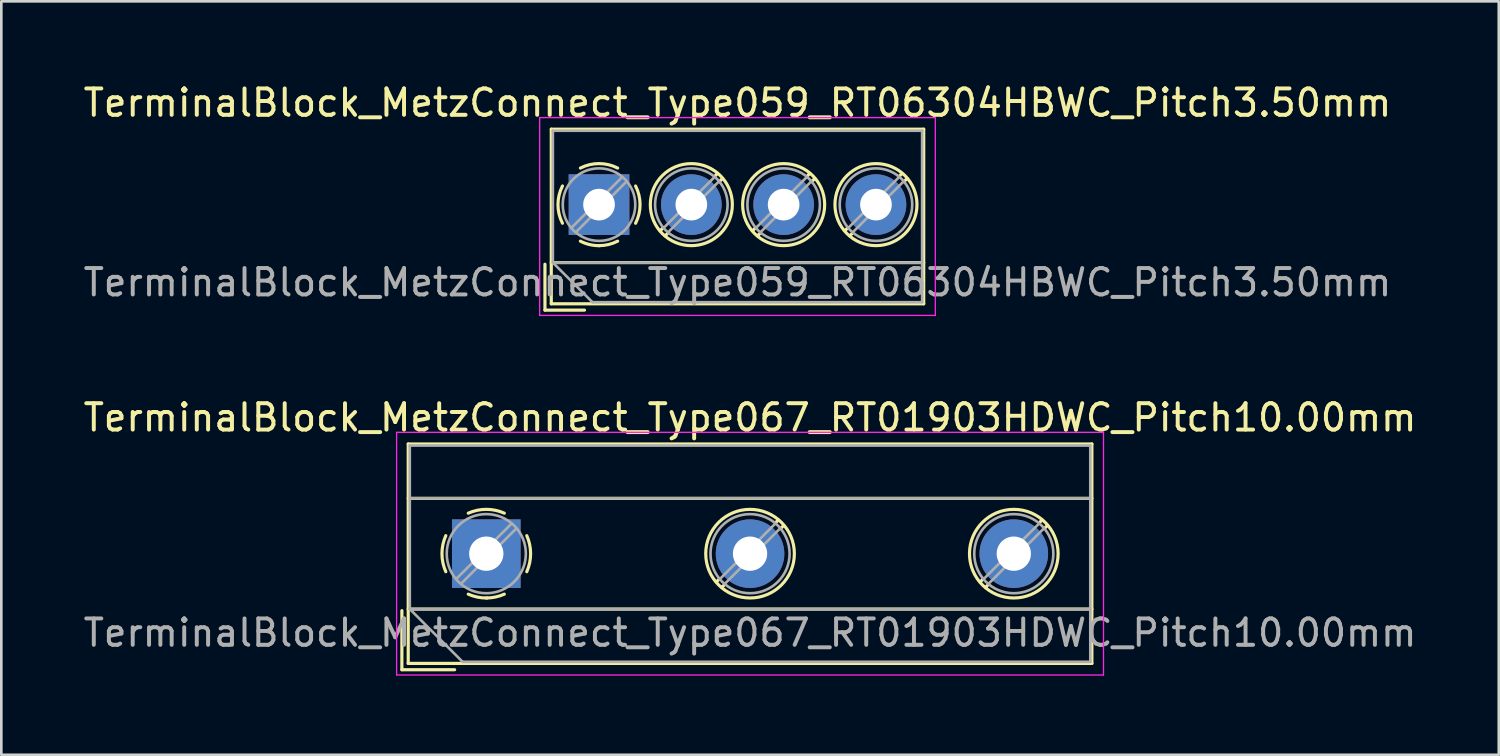
<source format=kicad_pcb>
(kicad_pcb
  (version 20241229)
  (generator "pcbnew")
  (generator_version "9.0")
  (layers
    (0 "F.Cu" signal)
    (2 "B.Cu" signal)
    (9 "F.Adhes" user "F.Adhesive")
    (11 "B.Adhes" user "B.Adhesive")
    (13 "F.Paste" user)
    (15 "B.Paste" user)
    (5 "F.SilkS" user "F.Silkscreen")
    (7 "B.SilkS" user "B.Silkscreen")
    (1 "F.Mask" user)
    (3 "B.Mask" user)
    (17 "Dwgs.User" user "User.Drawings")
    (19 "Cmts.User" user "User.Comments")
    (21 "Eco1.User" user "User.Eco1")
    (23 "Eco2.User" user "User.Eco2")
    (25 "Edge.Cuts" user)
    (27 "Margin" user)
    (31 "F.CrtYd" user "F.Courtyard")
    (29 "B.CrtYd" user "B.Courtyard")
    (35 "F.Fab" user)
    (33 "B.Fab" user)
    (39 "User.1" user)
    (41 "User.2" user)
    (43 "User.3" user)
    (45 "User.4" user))
  (footprint "TerminalBlock_MetzConnect_Type067_RT01903HDWC_Pitch10.00mm"
    (layer "F.Cu")
    (at 15.387 17.942)
    (property "Reference" "TerminalBlock_MetzConnect_Type067_RT01903HDWC_Pitch10.00mm" (at 10 -5.16 0) (layer "F.SilkS") (effects (font (size 1 1) (thickness 0.15))))
    (attr through_hole)
    (fp_line (start -3.2 2.16) (end -3.2 4.4) (stroke (width 0.12) (type solid)) (layer "F.SilkS"))
    (fp_line (start -3.2 4.4) (end -1.2 4.4) (stroke (width 0.12) (type solid)) (layer "F.SilkS"))
    (fp_line (start -2.96 -4.16) (end -2.96 4.16) (stroke (width 0.12) (type solid)) (layer "F.SilkS"))
    (fp_line (start -2.96 -2.1) (end 22.96 -2.1) (stroke (width 0.12) (type solid)) (layer "F.SilkS"))
    (fp_line (start -2.96 2.1) (end 22.96 2.1) (stroke (width 0.12) (type solid)) (layer "F.SilkS"))
    (fp_line (start -2.96 4.16) (end 22.96 4.16) (stroke (width 0.12) (type solid)) (layer "F.SilkS"))
    (fp_line (start 8.82 0.976) (end 8.726 1.069) (stroke (width 0.12) (type solid)) (layer "F.SilkS"))
    (fp_line (start 9.002 1.204) (end 8.931 1.274) (stroke (width 0.12) (type solid)) (layer "F.SilkS"))
    (fp_line (start 11.07 -1.275) (end 10.999 -1.204) (stroke (width 0.12) (type solid)) (layer "F.SilkS"))
    (fp_line (start 11.275 -1.069) (end 11.181 -0.976) (stroke (width 0.12) (type solid)) (layer "F.SilkS"))
    (fp_line (start 18.82 0.976) (end 18.726 1.069) (stroke (width 0.12) (type solid)) (layer "F.SilkS"))
    (fp_line (start 19.002 1.204) (end 18.931 1.274) (stroke (width 0.12) (type solid)) (layer "F.SilkS"))
    (fp_line (start 21.07 -1.275) (end 20.999 -1.204) (stroke (width 0.12) (type solid)) (layer "F.SilkS"))
    (fp_line (start 21.275 -1.069) (end 21.181 -0.976) (stroke (width 0.12) (type solid)) (layer "F.SilkS"))
    (fp_line (start 22.96 -4.16) (end -2.96 -4.16) (stroke (width 0.12) (type solid)) (layer "F.SilkS"))
    (fp_line (start 22.96 4.16) (end 22.96 -4.16) (stroke (width 0.12) (type solid)) (layer "F.SilkS"))
    (fp_arc (start -1.535427 0.683042) (mid -1.680501 -0.000524) (end -1.535 -0.684) (stroke (width 0.12) (type solid)) (layer "F.SilkS"))
    (fp_arc (start -0.683042 -1.535427) (mid 0.000524 -1.680501) (end 0.684 -1.535) (stroke (width 0.12) (type solid)) (layer "F.SilkS"))
    (fp_arc (start 0.028805 1.680253) (mid -0.335551 1.646659) (end -0.684 1.535) (stroke (width 0.12) (type solid)) (layer "F.SilkS"))
    (fp_arc (start 0.683318 1.534756) (mid 0.349292 1.643288) (end 0 1.68) (stroke (width 0.12) (type solid)) (layer "F.SilkS"))
    (fp_arc (start 1.535427 -0.683042) (mid 1.680501 0.000524) (end 1.535 0.684) (stroke (width 0.12) (type solid)) (layer "F.SilkS"))
    (fp_circle (center 10 0) (end 11.68 0) (stroke (width 0.12) (type solid)) (fill no) (layer "F.SilkS"))
    (fp_circle (center 20 0) (end 21.68 0) (stroke (width 0.12) (type solid)) (fill no) (layer "F.SilkS"))
    (fp_line (start -3.4 -4.6) (end -3.4 4.6) (stroke (width 0.05) (type solid)) (layer "F.CrtYd"))
    (fp_line (start -3.4 4.6) (end 23.4 4.6) (stroke (width 0.05) (type solid)) (layer "F.CrtYd"))
    (fp_line (start 23.4 -4.6) (end -3.4 -4.6) (stroke (width 0.05) (type solid)) (layer "F.CrtYd"))
    (fp_line (start 23.4 4.6) (end 23.4 -4.6) (stroke (width 0.05) (type solid)) (layer "F.CrtYd"))
    (fp_line (start -2.9 -4.1) (end 22.9 -4.1) (stroke (width 0.1) (type solid)) (layer "F.Fab"))
    (fp_line (start -2.9 -2.1) (end 22.9 -2.1) (stroke (width 0.1) (type solid)) (layer "F.Fab"))
    (fp_line (start -2.9 2.1) (end -2.9 -4.1) (stroke (width 0.1) (type solid)) (layer "F.Fab"))
    (fp_line (start -2.9 2.1) (end 22.9 2.1) (stroke (width 0.1) (type solid)) (layer "F.Fab"))
    (fp_line (start -0.9 4.1) (end -2.9 2.1) (stroke (width 0.1) (type solid)) (layer "F.Fab"))
    (fp_line (start 0.955 -1.138) (end -1.138 0.955) (stroke (width 0.1) (type solid)) (layer "F.Fab"))
    (fp_line (start 1.138 -0.955) (end -0.955 1.138) (stroke (width 0.1) (type solid)) (layer "F.Fab"))
    (fp_line (start 10.955 -1.138) (end 8.863 0.955) (stroke (width 0.1) (type solid)) (layer "F.Fab"))
    (fp_line (start 11.138 -0.955) (end 9.046 1.138) (stroke (width 0.1) (type solid)) (layer "F.Fab"))
    (fp_line (start 20.955 -1.138) (end 18.863 0.955) (stroke (width 0.1) (type solid)) (layer "F.Fab"))
    (fp_line (start 21.138 -0.955) (end 19.046 1.138) (stroke (width 0.1) (type solid)) (layer "F.Fab"))
    (fp_line (start 22.9 -4.1) (end 22.9 4.1) (stroke (width 0.1) (type solid)) (layer "F.Fab"))
    (fp_line (start 22.9 4.1) (end -0.9 4.1) (stroke (width 0.1) (type solid)) (layer "F.Fab"))
    (fp_circle (center 0 0) (end 1.5 0) (stroke (width 0.1) (type solid)) (fill no) (layer "F.Fab"))
    (fp_circle (center 10 0) (end 11.5 0) (stroke (width 0.1) (type solid)) (fill no) (layer "F.Fab"))
    (fp_circle (center 20 0) (end 21.5 0) (stroke (width 0.1) (type solid)) (fill no) (layer "F.Fab"))
    (fp_text user "${REFERENCE}" (at 10 3 0) (layer "F.Fab") (effects (font (size 1 1) (thickness 0.15))))
    (pad "1" thru_hole rect (at 0 0) (size 2.6 2.6) (drill 1.3) (layers "*.Cu" "*.Mask"))
    (pad "2" thru_hole oval (at 10 0) (size 2.6 2.6) (drill 1.3) (layers "*.Cu" "*.Mask"))
    (pad "3" thru_hole oval (at 20 0) (size 2.6 2.6) (drill 1.3) (layers "*.Cu" "*.Mask")))
  (footprint "TerminalBlock_MetzConnect_Type059_RT06304HBWC_Pitch3.50mm"
    (layer "F.Cu")
    (at 19.661 4.708)
    (property "Reference" "TerminalBlock_MetzConnect_Type059_RT06304HBWC_Pitch3.50mm" (at 5.25 -3.86 0) (layer "F.SilkS") (effects (font (size 1 1) (thickness 0.15))))
    (attr through_hole)
    (fp_line (start -2.05 2.26) (end -2.05 4) (stroke (width 0.12) (type solid)) (layer "F.SilkS"))
    (fp_line (start -2.05 4) (end -0.55 4) (stroke (width 0.12) (type solid)) (layer "F.SilkS"))
    (fp_line (start -1.81 -2.86) (end -1.81 3.76) (stroke (width 0.12) (type solid)) (layer "F.SilkS"))
    (fp_line (start -1.81 2.2) (end 12.31 2.2) (stroke (width 0.12) (type solid)) (layer "F.SilkS"))
    (fp_line (start -1.81 3.76) (end 12.31 3.76) (stroke (width 0.12) (type solid)) (layer "F.SilkS"))
    (fp_line (start 2.44 0.871) (end 2.321 0.99) (stroke (width 0.12) (type solid)) (layer "F.SilkS"))
    (fp_line (start 2.598 1.093) (end 2.511 1.18) (stroke (width 0.12) (type solid)) (layer "F.SilkS"))
    (fp_line (start 4.49 -1.18) (end 4.403 -1.093) (stroke (width 0.12) (type solid)) (layer "F.SilkS"))
    (fp_line (start 4.68 -0.99) (end 4.561 -0.871) (stroke (width 0.12) (type solid)) (layer "F.SilkS"))
    (fp_line (start 5.94 0.871) (end 5.821 0.99) (stroke (width 0.12) (type solid)) (layer "F.SilkS"))
    (fp_line (start 6.098 1.093) (end 6.011 1.18) (stroke (width 0.12) (type solid)) (layer "F.SilkS"))
    (fp_line (start 7.99 -1.18) (end 7.903 -1.093) (stroke (width 0.12) (type solid)) (layer "F.SilkS"))
    (fp_line (start 8.18 -0.99) (end 8.061 -0.871) (stroke (width 0.12) (type solid)) (layer "F.SilkS"))
    (fp_line (start 9.44 0.871) (end 9.321 0.99) (stroke (width 0.12) (type solid)) (layer "F.SilkS"))
    (fp_line (start 9.598 1.093) (end 9.511 1.18) (stroke (width 0.12) (type solid)) (layer "F.SilkS"))
    (fp_line (start 11.49 -1.18) (end 11.403 -1.093) (stroke (width 0.12) (type solid)) (layer "F.SilkS"))
    (fp_line (start 11.68 -0.99) (end 11.561 -0.871) (stroke (width 0.12) (type solid)) (layer "F.SilkS"))
    (fp_line (start 12.31 -2.86) (end -1.81 -2.86) (stroke (width 0.12) (type solid)) (layer "F.SilkS"))
    (fp_line (start 12.31 3.76) (end 12.31 -2.86) (stroke (width 0.12) (type solid)) (layer "F.SilkS"))
    (fp_arc (start -1.386645 0.705733) (mid -1.555906 -0.000711) (end -1.386 -0.707) (stroke (width 0.12) (type solid)) (layer "F.SilkS"))
    (fp_arc (start -0.705733 -1.386645) (mid 0.000711 -1.555906) (end 0.707 -1.386) (stroke (width 0.12) (type solid)) (layer "F.SilkS"))
    (fp_arc (start 0.026444 1.555682) (mid -0.350695 1.515869) (end -0.707 1.386) (stroke (width 0.12) (type solid)) (layer "F.SilkS"))
    (fp_arc (start 0.705955 1.385515) (mid 0.363007 1.512035) (end 0 1.555) (stroke (width 0.12) (type solid)) (layer "F.SilkS"))
    (fp_arc (start 1.386645 -0.705733) (mid 1.555906 0.000711) (end 1.386 0.707) (stroke (width 0.12) (type solid)) (layer "F.SilkS"))
    (fp_circle (center 3.5 0) (end 5.055 0) (stroke (width 0.12) (type solid)) (fill no) (layer "F.SilkS"))
    (fp_circle (center 7 0) (end 8.555 0) (stroke (width 0.12) (type solid)) (fill no) (layer "F.SilkS"))
    (fp_circle (center 10.5 0) (end 12.055 0) (stroke (width 0.12) (type solid)) (fill no) (layer "F.SilkS"))
    (fp_line (start -2.25 -3.3) (end -2.25 4.2) (stroke (width 0.05) (type solid)) (layer "F.CrtYd"))
    (fp_line (start -2.25 4.2) (end 12.75 4.2) (stroke (width 0.05) (type solid)) (layer "F.CrtYd"))
    (fp_line (start 12.75 -3.3) (end -2.25 -3.3) (stroke (width 0.05) (type solid)) (layer "F.CrtYd"))
    (fp_line (start 12.75 4.2) (end 12.75 -3.3) (stroke (width 0.05) (type solid)) (layer "F.CrtYd"))
    (fp_line (start -1.75 -2.8) (end 12.25 -2.8) (stroke (width 0.1) (type solid)) (layer "F.Fab"))
    (fp_line (start -1.75 2.2) (end -1.75 -2.8) (stroke (width 0.1) (type solid)) (layer "F.Fab"))
    (fp_line (start -1.75 2.2) (end 12.25 2.2) (stroke (width 0.1) (type solid)) (layer "F.Fab"))
    (fp_line (start -0.25 3.7) (end -1.75 2.2) (stroke (width 0.1) (type solid)) (layer "F.Fab"))
    (fp_line (start 0.876 -1.043) (end -1.043 0.875) (stroke (width 0.1) (type solid)) (layer "F.Fab"))
    (fp_line (start 1.043 -0.875) (end -0.876 1.043) (stroke (width 0.1) (type solid)) (layer "F.Fab"))
    (fp_line (start 4.376 -1.043) (end 2.458 0.875) (stroke (width 0.1) (type solid)) (layer "F.Fab"))
    (fp_line (start 4.543 -0.875) (end 2.625 1.043) (stroke (width 0.1) (type solid)) (layer "F.Fab"))
    (fp_line (start 7.876 -1.043) (end 5.958 0.875) (stroke (width 0.1) (type solid)) (layer "F.Fab"))
    (fp_line (start 8.043 -0.875) (end 6.125 1.043) (stroke (width 0.1) (type solid)) (layer "F.Fab"))
    (fp_line (start 11.376 -1.043) (end 9.458 0.875) (stroke (width 0.1) (type solid)) (layer "F.Fab"))
    (fp_line (start 11.543 -0.875) (end 9.625 1.043) (stroke (width 0.1) (type solid)) (layer "F.Fab"))
    (fp_line (start 12.25 -2.8) (end 12.25 3.7) (stroke (width 0.1) (type solid)) (layer "F.Fab"))
    (fp_line (start 12.25 3.7) (end -0.25 3.7) (stroke (width 0.1) (type solid)) (layer "F.Fab"))
    (fp_circle (center 0 0) (end 1.375 0) (stroke (width 0.1) (type solid)) (fill no) (layer "F.Fab"))
    (fp_circle (center 3.5 0) (end 4.875 0) (stroke (width 0.1) (type solid)) (fill no) (layer "F.Fab"))
    (fp_circle (center 7 0) (end 8.375 0) (stroke (width 0.1) (type solid)) (fill no) (layer "F.Fab"))
    (fp_circle (center 10.5 0) (end 11.875 0) (stroke (width 0.1) (type solid)) (fill no) (layer "F.Fab"))
    (fp_text user "${REFERENCE}" (at 5.25 2.95 0) (layer "F.Fab") (effects (font (size 1 1) (thickness 0.15))))
    (pad "1" thru_hole rect (at 0 0) (size 2.3 2.3) (drill 1.2) (layers "*.Cu" "*.Mask"))
    (pad "2" thru_hole oval (at 3.5 0) (size 2.3 2.3) (drill 1.2) (layers "*.Cu" "*.Mask"))
    (pad "3" thru_hole oval (at 7 0) (size 2.3 2.3) (drill 1.2) (layers "*.Cu" "*.Mask"))
    (pad "4" thru_hole oval (at 10.5 0) (size 2.3 2.3) (drill 1.2) (layers "*.Cu" "*.Mask")))
  (gr_rect
    (start -3 -3)
    (end 53.774 25.567)
    (stroke (width 0.1) (type default))
    (fill no)
    (layer "Edge.Cuts")))
</source>
